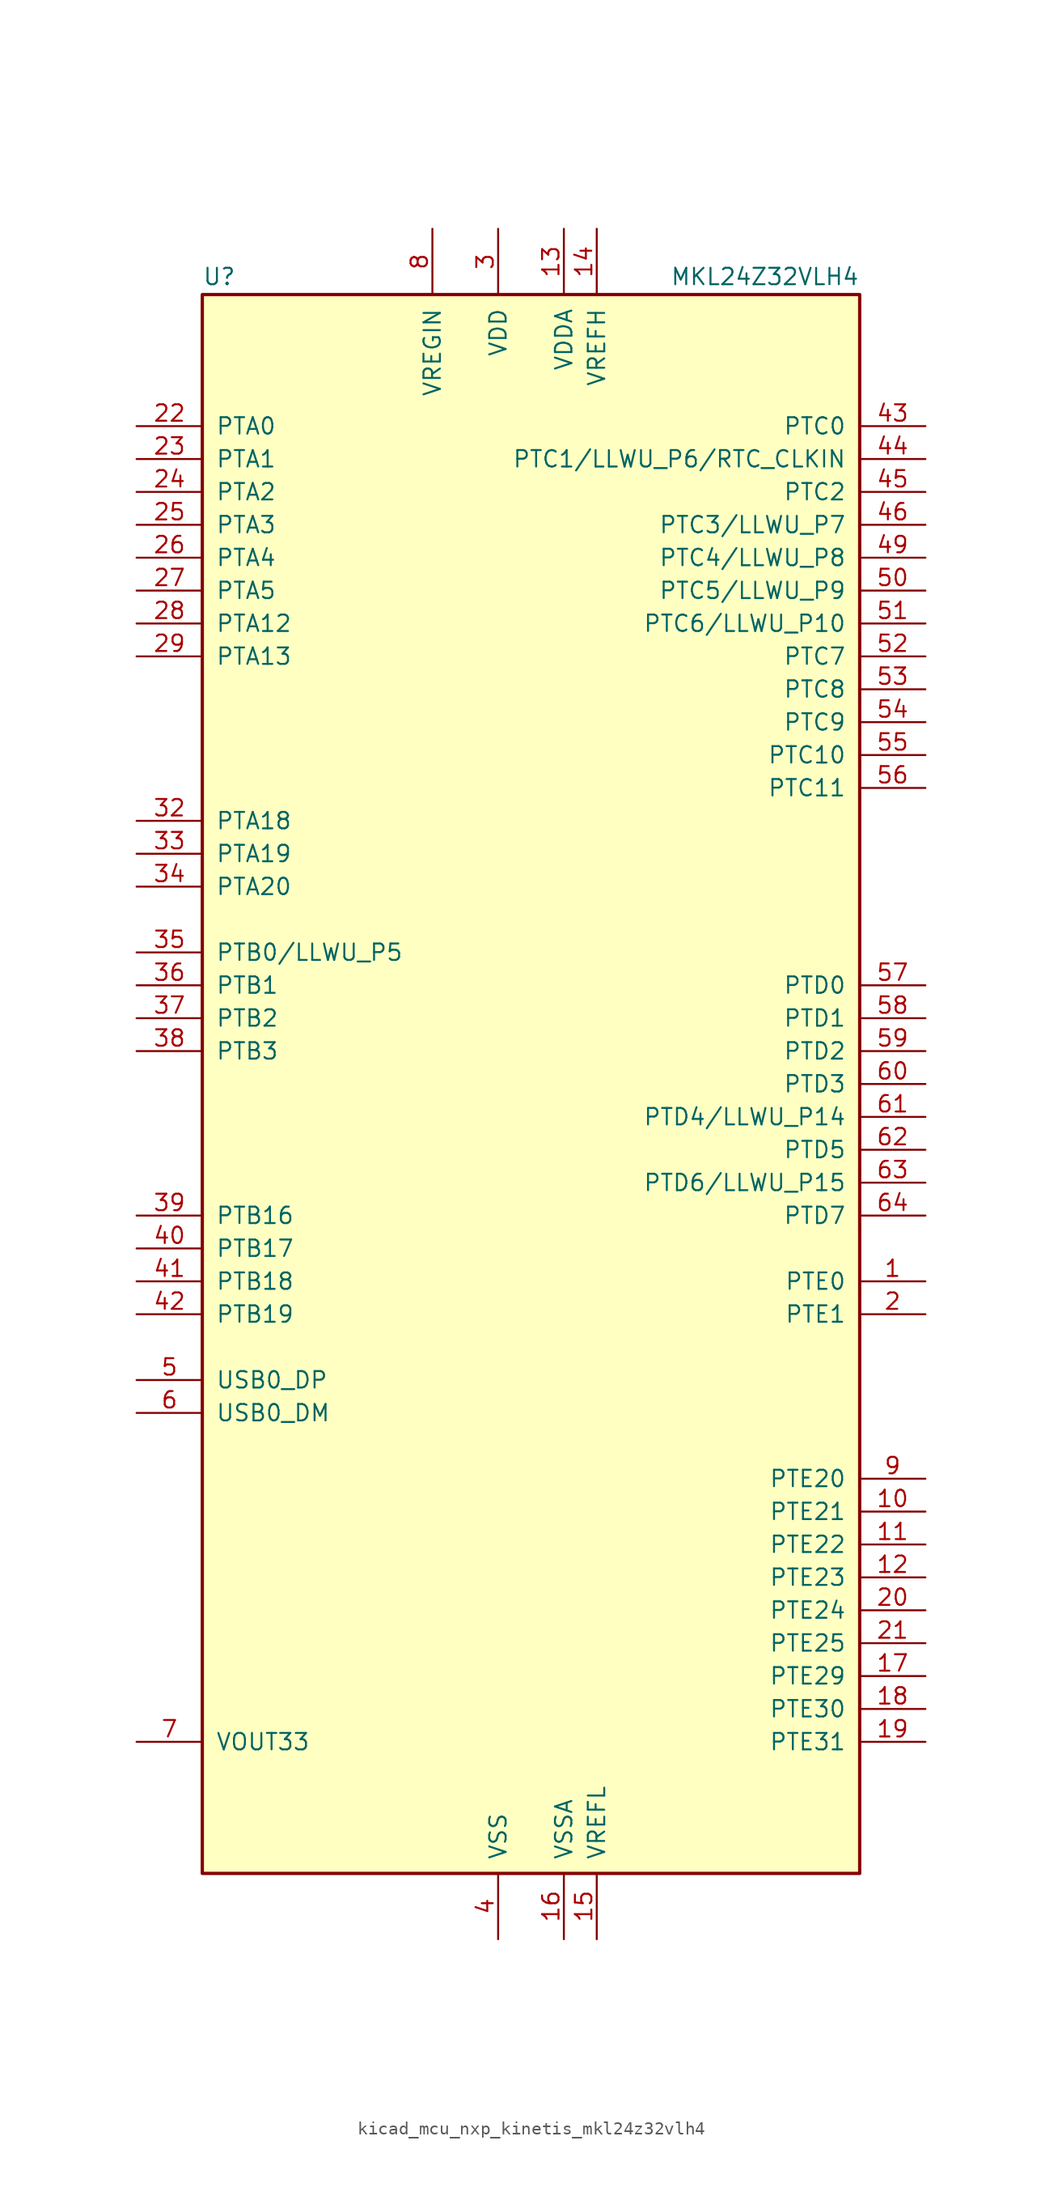
<source format=kicad_sym>
(kicad_symbol_lib
  (version 20220914)
  (generator kicad_symbol_editor)
  (symbol "kicad_mcu_nxp_kinetis_mkl24z32vlh4"
    (pin_names
      (offset 1.016))
    (property "Reference" "U"
      (at -25.4 61.595 0)
      (effects (font (size 1.27 1.27)) (justify left bottom)))
    (property "Value" "MKL24Z32VLH4"
      (at 25.4 61.595 0)
      (effects (font (size 1.27 1.27)) (justify right bottom)))
    (symbol "kicad_mcu_nxp_kinetis_mkl24z32vlh4_0_1"
      (rectangle (start -25.4 60.96) (end 25.4 -60.96) (stroke (width 0.254) (type default)) (fill (type background))))
    (symbol "kicad_mcu_nxp_kinetis_mkl24z32vlh4_1_1"
      (pin bidirectional line (at 30.48 -15.24 180) (length 5.08) (name "PTE0" (effects (font (size 1.27 1.27)))) (number "1" (effects (font (size 1.27 1.27)))))
      (pin bidirectional line (at 30.48 -33.02 180) (length 5.08) (name "PTE21" (effects (font (size 1.27 1.27)))) (number "10" (effects (font (size 1.27 1.27)))))
      (pin bidirectional line (at 30.48 -35.56 180) (length 5.08) (name "PTE22" (effects (font (size 1.27 1.27)))) (number "11" (effects (font (size 1.27 1.27)))))
      (pin bidirectional line (at 30.48 -38.1 180) (length 5.08) (name "PTE23" (effects (font (size 1.27 1.27)))) (number "12" (effects (font (size 1.27 1.27)))))
      (pin power_in line (at 2.54 66.04 270) (length 5.08) (name "VDDA" (effects (font (size 1.27 1.27)))) (number "13" (effects (font (size 1.27 1.27)))))
      (pin power_in line (at 5.08 66.04 270) (length 5.08) (name "VREFH" (effects (font (size 1.27 1.27)))) (number "14" (effects (font (size 1.27 1.27)))))
      (pin power_in line (at 5.08 -66.04 90) (length 5.08) (name "VREFL" (effects (font (size 1.27 1.27)))) (number "15" (effects (font (size 1.27 1.27)))))
      (pin power_in line (at 2.54 -66.04 90) (length 5.08) (name "VSSA" (effects (font (size 1.27 1.27)))) (number "16" (effects (font (size 1.27 1.27)))))
      (pin bidirectional line (at 30.48 -45.72 180) (length 5.08) (name "PTE29" (effects (font (size 1.27 1.27)))) (number "17" (effects (font (size 1.27 1.27)))))
      (pin bidirectional line (at 30.48 -48.26 180) (length 5.08) (name "PTE30" (effects (font (size 1.27 1.27)))) (number "18" (effects (font (size 1.27 1.27)))))
      (pin bidirectional line (at 30.48 -50.8 180) (length 5.08) (name "PTE31" (effects (font (size 1.27 1.27)))) (number "19" (effects (font (size 1.27 1.27)))))
      (pin bidirectional line (at 30.48 -17.78 180) (length 5.08) (name "PTE1" (effects (font (size 1.27 1.27)))) (number "2" (effects (font (size 1.27 1.27)))))
      (pin bidirectional line (at 30.48 -40.64 180) (length 5.08) (name "PTE24" (effects (font (size 1.27 1.27)))) (number "20" (effects (font (size 1.27 1.27)))))
      (pin bidirectional line (at 30.48 -43.18 180) (length 5.08) (name "PTE25" (effects (font (size 1.27 1.27)))) (number "21" (effects (font (size 1.27 1.27)))))
      (pin bidirectional line (at -30.48 50.8 0) (length 5.08) (name "PTA0" (effects (font (size 1.27 1.27)))) (number "22" (effects (font (size 1.27 1.27)))))
      (pin bidirectional line (at -30.48 48.26 0) (length 5.08) (name "PTA1" (effects (font (size 1.27 1.27)))) (number "23" (effects (font (size 1.27 1.27)))))
      (pin bidirectional line (at -30.48 45.72 0) (length 5.08) (name "PTA2" (effects (font (size 1.27 1.27)))) (number "24" (effects (font (size 1.27 1.27)))))
      (pin bidirectional line (at -30.48 43.18 0) (length 5.08) (name "PTA3" (effects (font (size 1.27 1.27)))) (number "25" (effects (font (size 1.27 1.27)))))
      (pin bidirectional line (at -30.48 40.64 0) (length 5.08) (name "PTA4" (effects (font (size 1.27 1.27)))) (number "26" (effects (font (size 1.27 1.27)))))
      (pin bidirectional line (at -30.48 38.1 0) (length 5.08) (name "PTA5" (effects (font (size 1.27 1.27)))) (number "27" (effects (font (size 1.27 1.27)))))
      (pin bidirectional line (at -30.48 35.56 0) (length 5.08) (name "PTA12" (effects (font (size 1.27 1.27)))) (number "28" (effects (font (size 1.27 1.27)))))
      (pin bidirectional line (at -30.48 33.02 0) (length 5.08) (name "PTA13" (effects (font (size 1.27 1.27)))) (number "29" (effects (font (size 1.27 1.27)))))
      (pin power_in line (at -2.54 66.04 270) (length 5.08) (name "VDD" (effects (font (size 1.27 1.27)))) (number "3" (effects (font (size 1.27 1.27)))))
      (pin passive line (at -2.54 66.04 270) (length 5.08) hide (name "VDD" (effects (font (size 1.27 1.27)))) (number "30" (effects (font (size 1.27 1.27)))))
      (pin passive line (at -2.54 -66.04 90) (length 5.08) hide (name "VSS" (effects (font (size 1.27 1.27)))) (number "31" (effects (font (size 1.27 1.27)))))
      (pin bidirectional line (at -30.48 20.32 0) (length 5.08) (name "PTA18" (effects (font (size 1.27 1.27)))) (number "32" (effects (font (size 1.27 1.27)))))
      (pin bidirectional line (at -30.48 17.78 0) (length 5.08) (name "PTA19" (effects (font (size 1.27 1.27)))) (number "33" (effects (font (size 1.27 1.27)))))
      (pin bidirectional line (at -30.48 15.24 0) (length 5.08) (name "PTA20" (effects (font (size 1.27 1.27)))) (number "34" (effects (font (size 1.27 1.27)))))
      (pin bidirectional line (at -30.48 10.16 0) (length 5.08) (name "PTB0/LLWU_P5" (effects (font (size 1.27 1.27)))) (number "35" (effects (font (size 1.27 1.27)))))
      (pin bidirectional line (at -30.48 7.62 0) (length 5.08) (name "PTB1" (effects (font (size 1.27 1.27)))) (number "36" (effects (font (size 1.27 1.27)))))
      (pin bidirectional line (at -30.48 5.08 0) (length 5.08) (name "PTB2" (effects (font (size 1.27 1.27)))) (number "37" (effects (font (size 1.27 1.27)))))
      (pin bidirectional line (at -30.48 2.54 0) (length 5.08) (name "PTB3" (effects (font (size 1.27 1.27)))) (number "38" (effects (font (size 1.27 1.27)))))
      (pin bidirectional line (at -30.48 -10.16 0) (length 5.08) (name "PTB16" (effects (font (size 1.27 1.27)))) (number "39" (effects (font (size 1.27 1.27)))))
      (pin power_in line (at -2.54 -66.04 90) (length 5.08) (name "VSS" (effects (font (size 1.27 1.27)))) (number "4" (effects (font (size 1.27 1.27)))))
      (pin bidirectional line (at -30.48 -12.7 0) (length 5.08) (name "PTB17" (effects (font (size 1.27 1.27)))) (number "40" (effects (font (size 1.27 1.27)))))
      (pin bidirectional line (at -30.48 -15.24 0) (length 5.08) (name "PTB18" (effects (font (size 1.27 1.27)))) (number "41" (effects (font (size 1.27 1.27)))))
      (pin bidirectional line (at -30.48 -17.78 0) (length 5.08) (name "PTB19" (effects (font (size 1.27 1.27)))) (number "42" (effects (font (size 1.27 1.27)))))
      (pin bidirectional line (at 30.48 50.8 180) (length 5.08) (name "PTC0" (effects (font (size 1.27 1.27)))) (number "43" (effects (font (size 1.27 1.27)))))
      (pin bidirectional line (at 30.48 48.26 180) (length 5.08) (name "PTC1/LLWU_P6/RTC_CLKIN" (effects (font (size 1.27 1.27)))) (number "44" (effects (font (size 1.27 1.27)))))
      (pin bidirectional line (at 30.48 45.72 180) (length 5.08) (name "PTC2" (effects (font (size 1.27 1.27)))) (number "45" (effects (font (size 1.27 1.27)))))
      (pin bidirectional line (at 30.48 43.18 180) (length 5.08) (name "PTC3/LLWU_P7" (effects (font (size 1.27 1.27)))) (number "46" (effects (font (size 1.27 1.27)))))
      (pin passive line (at -2.54 -66.04 90) (length 5.08) hide (name "VSS" (effects (font (size 1.27 1.27)))) (number "47" (effects (font (size 1.27 1.27)))))
      (pin passive line (at -2.54 66.04 270) (length 5.08) hide (name "VDD" (effects (font (size 1.27 1.27)))) (number "48" (effects (font (size 1.27 1.27)))))
      (pin bidirectional line (at 30.48 40.64 180) (length 5.08) (name "PTC4/LLWU_P8" (effects (font (size 1.27 1.27)))) (number "49" (effects (font (size 1.27 1.27)))))
      (pin bidirectional line (at -30.48 -22.86 0) (length 5.08) (name "USB0_DP" (effects (font (size 1.27 1.27)))) (number "5" (effects (font (size 1.27 1.27)))))
      (pin bidirectional line (at 30.48 38.1 180) (length 5.08) (name "PTC5/LLWU_P9" (effects (font (size 1.27 1.27)))) (number "50" (effects (font (size 1.27 1.27)))))
      (pin bidirectional line (at 30.48 35.56 180) (length 5.08) (name "PTC6/LLWU_P10" (effects (font (size 1.27 1.27)))) (number "51" (effects (font (size 1.27 1.27)))))
      (pin bidirectional line (at 30.48 33.02 180) (length 5.08) (name "PTC7" (effects (font (size 1.27 1.27)))) (number "52" (effects (font (size 1.27 1.27)))))
      (pin bidirectional line (at 30.48 30.48 180) (length 5.08) (name "PTC8" (effects (font (size 1.27 1.27)))) (number "53" (effects (font (size 1.27 1.27)))))
      (pin bidirectional line (at 30.48 27.94 180) (length 5.08) (name "PTC9" (effects (font (size 1.27 1.27)))) (number "54" (effects (font (size 1.27 1.27)))))
      (pin bidirectional line (at 30.48 25.4 180) (length 5.08) (name "PTC10" (effects (font (size 1.27 1.27)))) (number "55" (effects (font (size 1.27 1.27)))))
      (pin bidirectional line (at 30.48 22.86 180) (length 5.08) (name "PTC11" (effects (font (size 1.27 1.27)))) (number "56" (effects (font (size 1.27 1.27)))))
      (pin bidirectional line (at 30.48 7.62 180) (length 5.08) (name "PTD0" (effects (font (size 1.27 1.27)))) (number "57" (effects (font (size 1.27 1.27)))))
      (pin bidirectional line (at 30.48 5.08 180) (length 5.08) (name "PTD1" (effects (font (size 1.27 1.27)))) (number "58" (effects (font (size 1.27 1.27)))))
      (pin bidirectional line (at 30.48 2.54 180) (length 5.08) (name "PTD2" (effects (font (size 1.27 1.27)))) (number "59" (effects (font (size 1.27 1.27)))))
      (pin bidirectional line (at -30.48 -25.4 0) (length 5.08) (name "USB0_DM" (effects (font (size 1.27 1.27)))) (number "6" (effects (font (size 1.27 1.27)))))
      (pin bidirectional line (at 30.48 0 180) (length 5.08) (name "PTD3" (effects (font (size 1.27 1.27)))) (number "60" (effects (font (size 1.27 1.27)))))
      (pin bidirectional line (at 30.48 -2.54 180) (length 5.08) (name "PTD4/LLWU_P14" (effects (font (size 1.27 1.27)))) (number "61" (effects (font (size 1.27 1.27)))))
      (pin bidirectional line (at 30.48 -5.08 180) (length 5.08) (name "PTD5" (effects (font (size 1.27 1.27)))) (number "62" (effects (font (size 1.27 1.27)))))
      (pin bidirectional line (at 30.48 -7.62 180) (length 5.08) (name "PTD6/LLWU_P15" (effects (font (size 1.27 1.27)))) (number "63" (effects (font (size 1.27 1.27)))))
      (pin bidirectional line (at 30.48 -10.16 180) (length 5.08) (name "PTD7" (effects (font (size 1.27 1.27)))) (number "64" (effects (font (size 1.27 1.27)))))
      (pin power_out line (at -30.48 -50.8 0) (length 5.08) (name "VOUT33" (effects (font (size 1.27 1.27)))) (number "7" (effects (font (size 1.27 1.27)))))
      (pin power_in line (at -7.62 66.04 270) (length 5.08) (name "VREGIN" (effects (font (size 1.27 1.27)))) (number "8" (effects (font (size 1.27 1.27)))))
      (pin bidirectional line (at 30.48 -30.48 180) (length 5.08) (name "PTE20" (effects (font (size 1.27 1.27)))) (number "9" (effects (font (size 1.27 1.27))))))))
</source>
